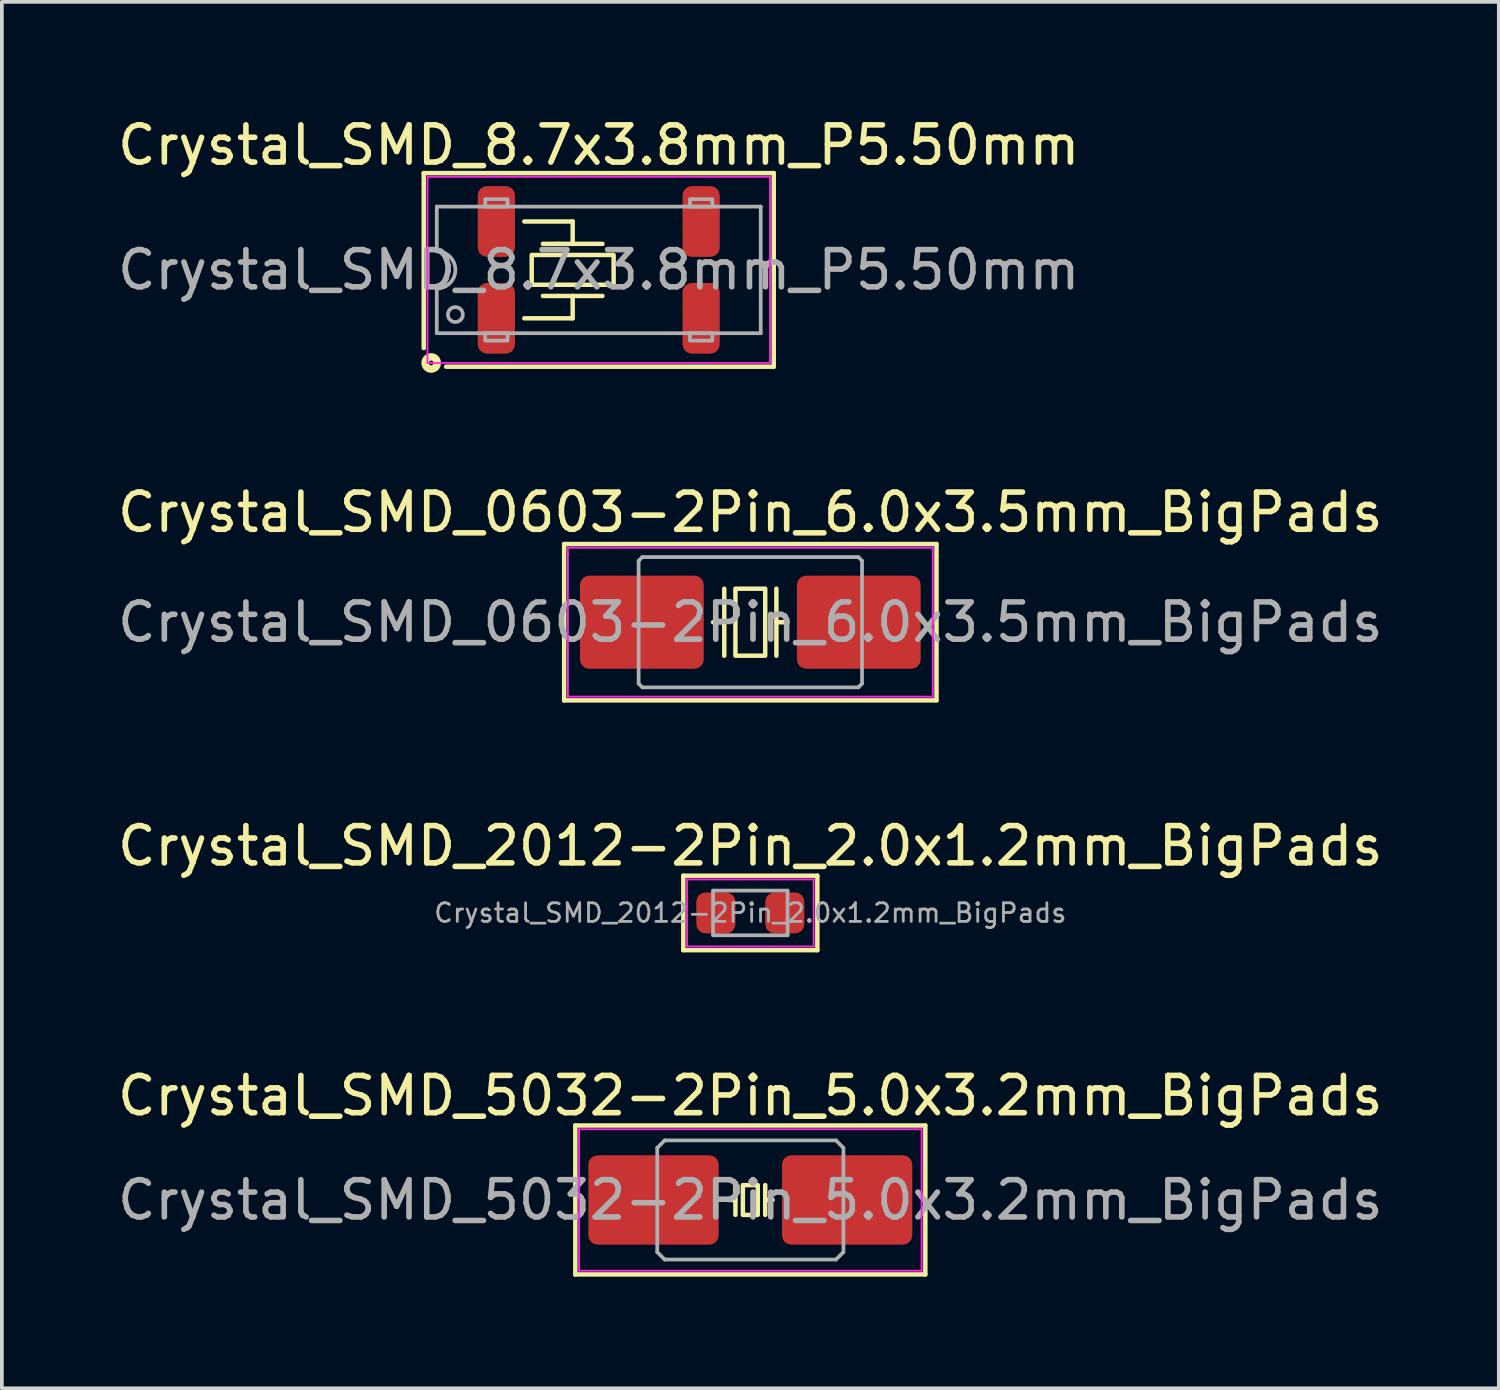
<source format=kicad_pcb>
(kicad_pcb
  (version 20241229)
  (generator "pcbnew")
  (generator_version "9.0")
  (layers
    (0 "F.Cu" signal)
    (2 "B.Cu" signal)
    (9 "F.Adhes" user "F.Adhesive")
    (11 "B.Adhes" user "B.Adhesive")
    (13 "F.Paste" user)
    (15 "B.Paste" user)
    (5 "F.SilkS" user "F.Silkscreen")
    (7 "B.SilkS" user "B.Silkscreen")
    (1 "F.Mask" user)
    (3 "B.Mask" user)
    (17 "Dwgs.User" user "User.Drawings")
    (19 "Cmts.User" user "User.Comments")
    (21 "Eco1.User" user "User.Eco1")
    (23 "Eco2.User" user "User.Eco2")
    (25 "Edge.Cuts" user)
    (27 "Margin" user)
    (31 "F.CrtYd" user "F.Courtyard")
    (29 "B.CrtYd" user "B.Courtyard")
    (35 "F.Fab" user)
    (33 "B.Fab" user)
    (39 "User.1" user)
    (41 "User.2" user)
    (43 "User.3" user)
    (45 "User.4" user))
  (footprint "Crystal_SMD_8.7x3.8mm_P5.50mm"
    (layer "F.Cu")
    (at 13.03 4.198)
    (property "Reference" "Crystal_SMD_8.7x3.8mm_P5.50mm" (at 0 -3.35 0) (layer "F.SilkS") (effects (font (size 1 1) (thickness 0.15))))
    (attr smd)
    (fp_line (start -4.7 -2.6) (end 4.7 -2.6) (stroke (width 0.12) (type solid)) (layer "F.SilkS"))
    (fp_line (start -4.7 2.1) (end -4.7 -2.6) (stroke (width 0.12) (type solid)) (layer "F.SilkS"))
    (fp_line (start -1.1 -0.7) (end -1.5 -0.7) (stroke (width 0.12) (type solid)) (layer "F.SilkS"))
    (fp_line (start -1.1 0.7) (end -1.5 0.7) (stroke (width 0.12) (type solid)) (layer "F.SilkS"))
    (fp_line (start -0.7 -1.3) (end -2 -1.3) (stroke (width 0.12) (type solid)) (layer "F.SilkS"))
    (fp_line (start -0.7 -0.7) (end -0.7 -1.3) (stroke (width 0.12) (type solid)) (layer "F.SilkS"))
    (fp_line (start -0.7 0.7) (end -0.7 1.3) (stroke (width 0.12) (type solid)) (layer "F.SilkS"))
    (fp_line (start -0.7 1.3) (end -2 1.3) (stroke (width 0.12) (type solid)) (layer "F.SilkS"))
    (fp_line (start 0.1 -0.7) (end -1.1 -0.7) (stroke (width 0.12) (type solid)) (layer "F.SilkS"))
    (fp_line (start 0.1 0.7) (end -1.1 0.7) (stroke (width 0.12) (type solid)) (layer "F.SilkS"))
    (fp_line (start 4.7 -2.6) (end 4.7 2.6) (stroke (width 0.12) (type solid)) (layer "F.SilkS"))
    (fp_line (start 4.7 2.6) (end -4.1 2.6) (stroke (width 0.12) (type solid)) (layer "F.SilkS"))
    (fp_rect (start -1.8 -0.4) (end 0.4 0.4) (stroke (width 0.12) (type default)) (fill no) (layer "F.SilkS"))
    (fp_circle (center -4.5 2.5) (end -4.436 2.5) (stroke (width 0.2) (type solid)) (fill no) (layer "F.SilkS"))
    (fp_rect (start -4.6 -2.5) (end 4.6 2.5) (stroke (width 0.05) (type default)) (fill no) (layer "F.CrtYd"))
    (fp_line (start -4.35 -1.7) (end 4.35 -1.7) (stroke (width 0.1) (type solid)) (layer "F.Fab"))
    (fp_line (start -4.35 -0.5) (end -4.35 -1.7) (stroke (width 0.1) (type solid)) (layer "F.Fab"))
    (fp_line (start -4.35 1.7) (end -4.35 0.5) (stroke (width 0.1) (type solid)) (layer "F.Fab"))
    (fp_line (start 4.35 -1.7) (end 4.35 1.7) (stroke (width 0.1) (type solid)) (layer "F.Fab"))
    (fp_line (start 4.35 1.7) (end -4.35 1.7) (stroke (width 0.1) (type solid)) (layer "F.Fab"))
    (fp_rect (start -3.05 -1.9) (end -2.45 -1.7) (stroke (width 0.1) (type default)) (fill no) (layer "F.Fab"))
    (fp_rect (start -3.05 1.7) (end -2.45 1.9) (stroke (width 0.1) (type default)) (fill no) (layer "F.Fab"))
    (fp_rect (start 2.45 -1.9) (end 3.05 -1.7) (stroke (width 0.1) (type default)) (fill no) (layer "F.Fab"))
    (fp_rect (start 2.45 1.7) (end 3.05 1.9) (stroke (width 0.1) (type default)) (fill no) (layer "F.Fab"))
    (fp_arc (start -4.35 -0.5) (mid -3.85 0) (end -4.35 0.5) (stroke (width 0.1) (type solid)) (layer "F.Fab"))
    (fp_circle (center -3.85 1.2) (end -3.65 1.2) (stroke (width 0.1) (type solid)) (fill no) (layer "F.Fab"))
    (fp_text user "${REFERENCE}" (at 0 0 0) (layer "F.Fab") (effects (font (size 1 1) (thickness 0.15))))
    (pad "1" smd roundrect (at -2.75 1.3) (size 1 1.9) (layers "F.Cu" "F.Mask" "F.Paste") (roundrect_rratio 0.25))
    (pad "2" smd roundrect (at 2.75 1.3) (size 1 1.9) (layers "F.Cu" "F.Mask" "F.Paste") (roundrect_rratio 0.25))
    (pad "3" smd roundrect (at 2.75 -1.3) (size 1 1.9) (layers "F.Cu" "F.Mask" "F.Paste") (roundrect_rratio 0.25))
    (pad "4" smd roundrect (at -2.75 -1.3) (size 1 1.9) (layers "F.Cu" "F.Mask" "F.Paste") (roundrect_rratio 0.25)))
  (footprint "Crystal_SMD_0603-2Pin_6.0x3.5mm_BigPads"
    (layer "F.Cu")
    (at 17.101 13.66)
    (property "Reference" "Crystal_SMD_0603-2Pin_6.0x3.5mm_BigPads" (at 0 -2.95 0) (layer "F.SilkS") (effects (font (size 1 1) (thickness 0.15))))
    (attr smd)
    (fp_line (start -5 -2.1) (end -5 2.1) (stroke (width 0.12) (type solid)) (layer "F.SilkS"))
    (fp_line (start -5 2.1) (end 5 2.1) (stroke (width 0.12) (type solid)) (layer "F.SilkS"))
    (fp_line (start -0.7 -0.9) (end -0.7 0.9) (stroke (width 0.12) (type solid)) (layer "F.SilkS"))
    (fp_line (start -0.7 0) (end -1 0) (stroke (width 0.12) (type solid)) (layer "F.SilkS"))
    (fp_line (start 0.7 -0.9) (end 0.7 0.9) (stroke (width 0.12) (type solid)) (layer "F.SilkS"))
    (fp_line (start 0.7 0) (end 1 0) (stroke (width 0.12) (type solid)) (layer "F.SilkS"))
    (fp_line (start 5 -2.1) (end -5 -2.1) (stroke (width 0.12) (type solid)) (layer "F.SilkS"))
    (fp_line (start 5 2.1) (end 5 -2.1) (stroke (width 0.12) (type solid)) (layer "F.SilkS"))
    (fp_rect (start -0.4 -0.9) (end 0.4 0.9) (stroke (width 0.12) (type solid)) (fill no) (layer "F.SilkS"))
    (fp_line (start -4.9 -2) (end -4.9 2) (stroke (width 0.05) (type solid)) (layer "F.CrtYd"))
    (fp_line (start -4.9 2) (end 4.9 2) (stroke (width 0.05) (type solid)) (layer "F.CrtYd"))
    (fp_line (start 4.9 -2) (end -4.9 -2) (stroke (width 0.05) (type solid)) (layer "F.CrtYd"))
    (fp_line (start 4.9 2) (end 4.9 -2) (stroke (width 0.05) (type solid)) (layer "F.CrtYd"))
    (fp_line (start -3 -1.65) (end -2.9 -1.75) (stroke (width 0.1) (type solid)) (layer "F.Fab"))
    (fp_line (start -3 1.65) (end -3 -1.65) (stroke (width 0.1) (type solid)) (layer "F.Fab"))
    (fp_line (start -2.9 -1.75) (end 2.9 -1.75) (stroke (width 0.1) (type solid)) (layer "F.Fab"))
    (fp_line (start -2.9 1.75) (end -3 1.65) (stroke (width 0.1) (type solid)) (layer "F.Fab"))
    (fp_line (start 2.9 -1.75) (end 3 -1.65) (stroke (width 0.1) (type solid)) (layer "F.Fab"))
    (fp_line (start 2.9 1.75) (end -2.9 1.75) (stroke (width 0.1) (type solid)) (layer "F.Fab"))
    (fp_line (start 3 -1.65) (end 3 1.65) (stroke (width 0.1) (type solid)) (layer "F.Fab"))
    (fp_line (start 3 1.65) (end 2.9 1.75) (stroke (width 0.1) (type solid)) (layer "F.Fab"))
    (fp_text user "${REFERENCE}" (at 0 0 0) (layer "F.Fab") (effects (font (size 1 1) (thickness 0.15))))
    (pad "1" smd roundrect (at -2.913 0) (size 3.325 2.5) (layers "F.Cu" "F.Mask" "F.Paste") (roundrect_rratio 0.1))
    (pad "2" smd roundrect (at 2.913 0) (size 3.325 2.5) (layers "F.Cu" "F.Mask" "F.Paste") (roundrect_rratio 0.1)))
  (footprint "Crystal_SMD_5032-2Pin_5.0x3.2mm_BigPads"
    (layer "F.Cu")
    (at 17.101 29.177)
    (property "Reference" "Crystal_SMD_5032-2Pin_5.0x3.2mm_BigPads" (at 0 -2.8 0) (layer "F.SilkS") (effects (font (size 1 1) (thickness 0.15))))
    (attr smd)
    (fp_line (start -4.7 -2) (end -4.7 2) (stroke (width 0.12) (type solid)) (layer "F.SilkS"))
    (fp_line (start -4.7 2) (end 4.7 2) (stroke (width 0.12) (type solid)) (layer "F.SilkS"))
    (fp_line (start -0.4 -0.4) (end -0.4 0.4) (stroke (width 0.12) (type solid)) (layer "F.SilkS"))
    (fp_line (start -0.4 0) (end -0.6 0) (stroke (width 0.12) (type solid)) (layer "F.SilkS"))
    (fp_line (start 0.4 -0.4) (end 0.4 0.4) (stroke (width 0.12) (type solid)) (layer "F.SilkS"))
    (fp_line (start 0.4 0) (end 0.6 0) (stroke (width 0.12) (type solid)) (layer "F.SilkS"))
    (fp_line (start 4.7 -2) (end -4.7 -2) (stroke (width 0.12) (type solid)) (layer "F.SilkS"))
    (fp_line (start 4.7 2) (end 4.7 -2) (stroke (width 0.12) (type solid)) (layer "F.SilkS"))
    (fp_rect (start -0.2 -0.4) (end 0.2 0.4) (stroke (width 0.12) (type solid)) (fill no) (layer "F.SilkS"))
    (fp_line (start -4.6 -1.9) (end -4.6 1.9) (stroke (width 0.05) (type solid)) (layer "F.CrtYd"))
    (fp_line (start -4.6 1.9) (end 4.6 1.9) (stroke (width 0.05) (type solid)) (layer "F.CrtYd"))
    (fp_line (start 4.6 -1.9) (end -4.6 -1.9) (stroke (width 0.05) (type solid)) (layer "F.CrtYd"))
    (fp_line (start 4.6 1.9) (end 4.6 -1.9) (stroke (width 0.05) (type solid)) (layer "F.CrtYd"))
    (fp_line (start -2.5 -1.4) (end -2.3 -1.6) (stroke (width 0.1) (type solid)) (layer "F.Fab"))
    (fp_line (start -2.5 1.4) (end -2.5 -1.4) (stroke (width 0.1) (type solid)) (layer "F.Fab"))
    (fp_line (start -2.3 -1.6) (end 2.3 -1.6) (stroke (width 0.1) (type solid)) (layer "F.Fab"))
    (fp_line (start -2.3 1.6) (end -2.5 1.4) (stroke (width 0.1) (type solid)) (layer "F.Fab"))
    (fp_line (start 2.3 -1.6) (end 2.5 -1.4) (stroke (width 0.1) (type solid)) (layer "F.Fab"))
    (fp_line (start 2.3 1.6) (end -2.3 1.6) (stroke (width 0.1) (type solid)) (layer "F.Fab"))
    (fp_line (start 2.5 -1.4) (end 2.5 1.4) (stroke (width 0.1) (type solid)) (layer "F.Fab"))
    (fp_line (start 2.5 1.4) (end 2.3 1.6) (stroke (width 0.1) (type solid)) (layer "F.Fab"))
    (fp_text user "${REFERENCE}" (at 0 0 0) (layer "F.Fab") (effects (font (size 1 1) (thickness 0.15))))
    (pad "1" smd roundrect (at -2.6 0) (size 3.5 2.4) (layers "F.Cu" "F.Mask" "F.Paste") (roundrect_rratio 0.104))
    (pad "2" smd roundrect (at 2.6 0) (size 3.5 2.4) (layers "F.Cu" "F.Mask" "F.Paste") (roundrect_rratio 0.104)))
  (footprint "Crystal_SMD_2012-2Pin_2.0x1.2mm_BigPads"
    (layer "F.Cu")
    (at 17.101 21.468)
    (property "Reference" "Crystal_SMD_2012-2Pin_2.0x1.2mm_BigPads" (at 0 -1.8 0) (layer "F.SilkS") (effects (font (size 1 1) (thickness 0.15))))
    (attr smd)
    (fp_line (start -1.8 -1) (end -1.8 1) (stroke (width 0.12) (type solid)) (layer "F.SilkS"))
    (fp_line (start -1.8 1) (end 1.8 1) (stroke (width 0.12) (type solid)) (layer "F.SilkS"))
    (fp_line (start 1.8 -1) (end -1.8 -1) (stroke (width 0.12) (type solid)) (layer "F.SilkS"))
    (fp_line (start 1.8 1) (end 1.8 -1) (stroke (width 0.12) (type solid)) (layer "F.SilkS"))
    (fp_line (start -1.7 -0.9) (end -1.7 0.9) (stroke (width 0.05) (type solid)) (layer "F.CrtYd"))
    (fp_line (start -1.7 0.9) (end 1.7 0.9) (stroke (width 0.05) (type solid)) (layer "F.CrtYd"))
    (fp_line (start 1.7 -0.9) (end -1.7 -0.9) (stroke (width 0.05) (type solid)) (layer "F.CrtYd"))
    (fp_line (start 1.7 0.9) (end 1.7 -0.9) (stroke (width 0.05) (type solid)) (layer "F.CrtYd"))
    (fp_line (start -1 -0.6) (end -1 0.6) (stroke (width 0.1) (type solid)) (layer "F.Fab"))
    (fp_line (start -1 0.6) (end 1 0.6) (stroke (width 0.1) (type solid)) (layer "F.Fab"))
    (fp_line (start 1 -0.6) (end -1 -0.6) (stroke (width 0.1) (type solid)) (layer "F.Fab"))
    (fp_line (start 1 0.6) (end 1 -0.6) (stroke (width 0.1) (type solid)) (layer "F.Fab"))
    (fp_text user "${REFERENCE}" (at 0 0 0) (layer "F.Fab") (effects (font (size 0.5 0.5) (thickness 0.075))))
    (pad "1" smd roundrect (at -0.925 0) (size 1.05 1.1) (layers "F.Cu" "F.Mask" "F.Paste") (roundrect_rratio 0.238))
    (pad "2" smd roundrect (at 0.925 0) (size 1.05 1.1) (layers "F.Cu" "F.Mask" "F.Paste") (roundrect_rratio 0.238)))
  (gr_rect
    (start -3 -3)
    (end 37.202 34.236)
    (stroke (width 0.1) (type default))
    (fill no)
    (layer "Edge.Cuts")))
</source>
